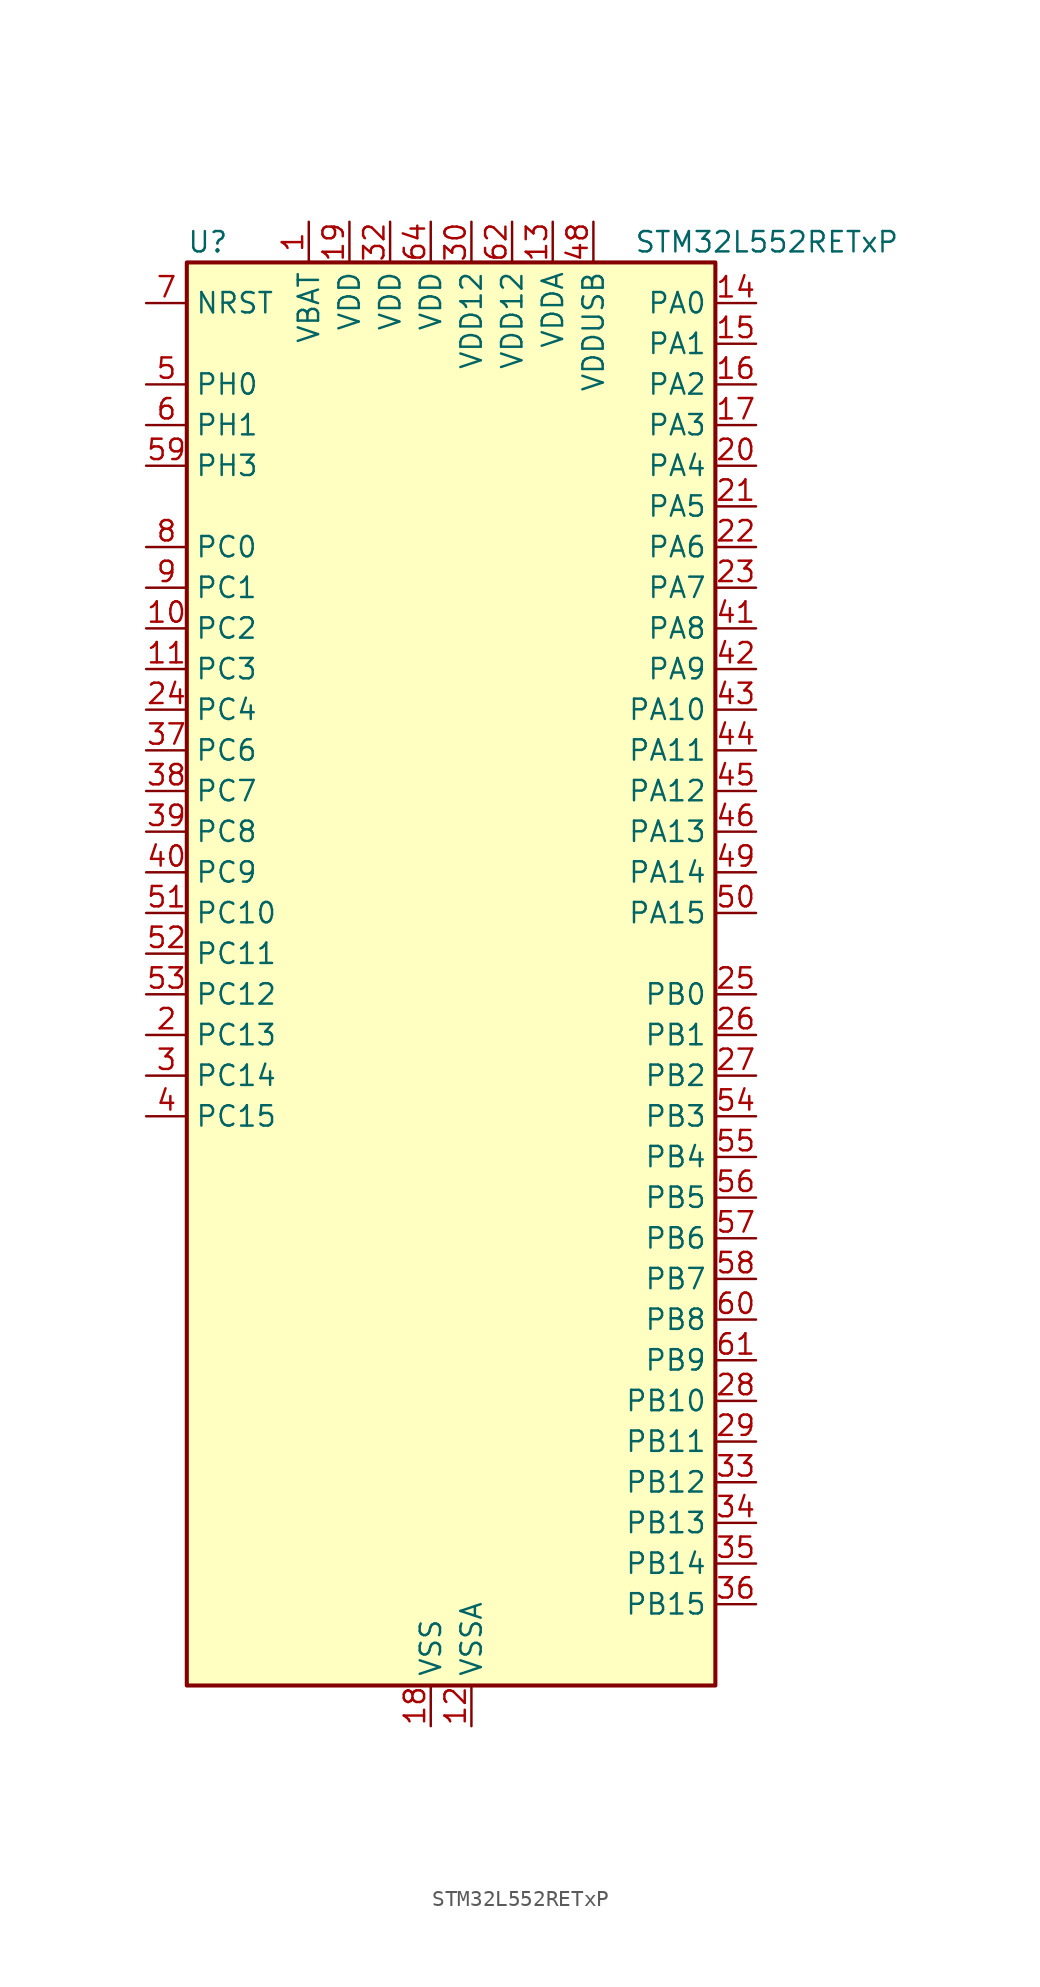
<source format=kicad_sym>
(kicad_symbol_lib
  (version 20231120)
  (generator "kicad_symbol_editor")
  (generator_version "8.0")
  (symbol "STM32L552RETxP"
    (property "Reference" "U"
      (at -15.24 46.99 0)
      (effects (font (size 1.27 1.27)) (justify left)))
    (property "Value" "STM32L552RETxP"
      (at 12.7 46.99 0)
      (effects (font (size 1.27 1.27)) (justify left)))
    (property "ki_locked" ""
      (at 0 0 0)
      (effects (font (size 1.27 1.27))))
    (symbol "STM32L552RETxP_0_1"
      (rectangle (start -15.24 -43.18) (end 17.78 45.72) (stroke (width 0.254) (type default)) (fill (type background))))
    (symbol "STM32L552RETxP_1_1"
      (pin power_in line (at -7.62 48.26 270) (length 2.54) (name "VBAT" (effects (font (size 1.27 1.27)))) (number "1" (effects (font (size 1.27 1.27)))))
      (pin bidirectional line (at -17.78 22.86 0) (length 2.54) (name "PC2" (effects (font (size 1.27 1.27)))) (number "10" (effects (font (size 1.27 1.27)))) (alternate "ADC1_IN3" bidirectional line) (alternate "ADC2_IN3" bidirectional line) (alternate "DFSDM1_CKOUT" bidirectional line) (alternate "LPTIM1_IN2" bidirectional line) (alternate "OCTOSPI1_IO5" bidirectional line) (alternate "SPI2_MISO" bidirectional line))
      (pin bidirectional line (at -17.78 20.32 0) (length 2.54) (name "PC3" (effects (font (size 1.27 1.27)))) (number "11" (effects (font (size 1.27 1.27)))) (alternate "ADC1_IN4" bidirectional line) (alternate "ADC2_IN4" bidirectional line) (alternate "LPTIM1_ETR" bidirectional line) (alternate "LPTIM2_ETR" bidirectional line) (alternate "LPTIM3_OUT" bidirectional line) (alternate "OCTOSPI1_IO6" bidirectional line) (alternate "SAI1_D1" bidirectional line) (alternate "SAI1_SD_A" bidirectional line) (alternate "SPI2_MOSI" bidirectional line))
      (pin power_in line (at 2.54 -45.72 90) (length 2.54) (name "VSSA" (effects (font (size 1.27 1.27)))) (number "12" (effects (font (size 1.27 1.27)))))
      (pin power_in line (at 7.62 48.26 270) (length 2.54) (name "VDDA" (effects (font (size 1.27 1.27)))) (number "13" (effects (font (size 1.27 1.27)))) (alternate "VREFBUF_OUT" bidirectional line))
      (pin bidirectional line (at 20.32 43.18 180) (length 2.54) (name "PA0" (effects (font (size 1.27 1.27)))) (number "14" (effects (font (size 1.27 1.27)))) (alternate "ADC1_IN5" bidirectional line) (alternate "ADC2_IN5" bidirectional line) (alternate "OPAMP1_VINP" bidirectional line) (alternate "PWR_WKUP1" bidirectional line) (alternate "SAI1_EXTCLK" bidirectional line) (alternate "TAMP_IN2" bidirectional line) (alternate "TAMP_OUT1" bidirectional line) (alternate "TIM2_CH1" bidirectional line) (alternate "TIM2_ETR" bidirectional line) (alternate "TIM5_CH1" bidirectional line) (alternate "TIM8_ETR" bidirectional line) (alternate "UART4_TX" bidirectional line) (alternate "USART2_CTS" bidirectional line) (alternate "USART2_NSS" bidirectional line))
      (pin bidirectional line (at 20.32 40.64 180) (length 2.54) (name "PA1" (effects (font (size 1.27 1.27)))) (number "15" (effects (font (size 1.27 1.27)))) (alternate "ADC1_IN6" bidirectional line) (alternate "ADC2_IN6" bidirectional line) (alternate "I2C1_SMBA" bidirectional line) (alternate "OCTOSPI1_DQS" bidirectional line) (alternate "OPAMP1_VINM" bidirectional line) (alternate "SPI1_SCK" bidirectional line) (alternate "TAMP_IN5" bidirectional line) (alternate "TAMP_OUT4" bidirectional line) (alternate "TIM15_CH1N" bidirectional line) (alternate "TIM2_CH2" bidirectional line) (alternate "TIM5_CH2" bidirectional line) (alternate "UART4_RX" bidirectional line) (alternate "USART2_DE" bidirectional line) (alternate "USART2_RTS" bidirectional line))
      (pin bidirectional line (at 20.32 38.1 180) (length 2.54) (name "PA2" (effects (font (size 1.27 1.27)))) (number "16" (effects (font (size 1.27 1.27)))) (alternate "ADC1_IN7" bidirectional line) (alternate "ADC2_IN7" bidirectional line) (alternate "COMP1_INP" bidirectional line) (alternate "LPUART1_TX" bidirectional line) (alternate "OCTOSPI1_NCS" bidirectional line) (alternate "PWR_WKUP4" bidirectional line) (alternate "RCC_LSCO" bidirectional line) (alternate "SAI2_EXTCLK" bidirectional line) (alternate "TIM15_CH1" bidirectional line) (alternate "TIM2_CH3" bidirectional line) (alternate "TIM5_CH3" bidirectional line) (alternate "UCPD1_FRSTX1" bidirectional line) (alternate "USART2_TX" bidirectional line))
      (pin bidirectional line (at 20.32 35.56 180) (length 2.54) (name "PA3" (effects (font (size 1.27 1.27)))) (number "17" (effects (font (size 1.27 1.27)))) (alternate "ADC1_IN8" bidirectional line) (alternate "ADC2_IN8" bidirectional line) (alternate "LPUART1_RX" bidirectional line) (alternate "OCTOSPI1_CLK" bidirectional line) (alternate "OPAMP1_VOUT" bidirectional line) (alternate "SAI1_CK1" bidirectional line) (alternate "SAI1_MCLK_A" bidirectional line) (alternate "TIM15_CH2" bidirectional line) (alternate "TIM2_CH4" bidirectional line) (alternate "TIM5_CH4" bidirectional line) (alternate "USART2_RX" bidirectional line))
      (pin power_in line (at 0 -45.72 90) (length 2.54) (name "VSS" (effects (font (size 1.27 1.27)))) (number "18" (effects (font (size 1.27 1.27)))))
      (pin power_in line (at -5.08 48.26 270) (length 2.54) (name "VDD" (effects (font (size 1.27 1.27)))) (number "19" (effects (font (size 1.27 1.27)))))
      (pin bidirectional line (at -17.78 -2.54 0) (length 2.54) (name "PC13" (effects (font (size 1.27 1.27)))) (number "2" (effects (font (size 1.27 1.27)))) (alternate "PWR_WKUP2" bidirectional line) (alternate "RTC_OUT1" bidirectional line) (alternate "RTC_TS" bidirectional line) (alternate "TAMP_IN1" bidirectional line) (alternate "TAMP_OUT2" bidirectional line))
      (pin bidirectional line (at 20.32 33.02 180) (length 2.54) (name "PA4" (effects (font (size 1.27 1.27)))) (number "20" (effects (font (size 1.27 1.27)))) (alternate "ADC1_IN9" bidirectional line) (alternate "ADC2_IN9" bidirectional line) (alternate "DAC1_OUT1" bidirectional line) (alternate "LPTIM2_OUT" bidirectional line) (alternate "OCTOSPI1_NCS" bidirectional line) (alternate "SAI1_FS_B" bidirectional line) (alternate "SPI1_NSS" bidirectional line) (alternate "SPI3_NSS" bidirectional line) (alternate "USART2_CK" bidirectional line))
      (pin bidirectional line (at 20.32 30.48 180) (length 2.54) (name "PA5" (effects (font (size 1.27 1.27)))) (number "21" (effects (font (size 1.27 1.27)))) (alternate "ADC1_IN10" bidirectional line) (alternate "ADC2_IN10" bidirectional line) (alternate "DAC1_OUT2" bidirectional line) (alternate "LPTIM2_ETR" bidirectional line) (alternate "SPI1_SCK" bidirectional line) (alternate "TIM2_CH1" bidirectional line) (alternate "TIM2_ETR" bidirectional line) (alternate "TIM8_CH1N" bidirectional line))
      (pin bidirectional line (at 20.32 27.94 180) (length 2.54) (name "PA6" (effects (font (size 1.27 1.27)))) (number "22" (effects (font (size 1.27 1.27)))) (alternate "ADC1_IN11" bidirectional line) (alternate "ADC2_IN11" bidirectional line) (alternate "LPUART1_CTS" bidirectional line) (alternate "OCTOSPI1_IO3" bidirectional line) (alternate "OPAMP2_VINP" bidirectional line) (alternate "SPI1_MISO" bidirectional line) (alternate "TIM16_CH1" bidirectional line) (alternate "TIM1_BKIN" bidirectional line) (alternate "TIM3_CH1" bidirectional line) (alternate "TIM8_BKIN" bidirectional line) (alternate "USART3_CTS" bidirectional line) (alternate "USART3_NSS" bidirectional line))
      (pin bidirectional line (at 20.32 25.4 180) (length 2.54) (name "PA7" (effects (font (size 1.27 1.27)))) (number "23" (effects (font (size 1.27 1.27)))) (alternate "ADC1_IN12" bidirectional line) (alternate "ADC2_IN12" bidirectional line) (alternate "I2C3_SCL" bidirectional line) (alternate "OCTOSPI1_IO2" bidirectional line) (alternate "OPAMP2_VINM" bidirectional line) (alternate "SPI1_MOSI" bidirectional line) (alternate "TIM17_CH1" bidirectional line) (alternate "TIM1_CH1N" bidirectional line) (alternate "TIM3_CH2" bidirectional line) (alternate "TIM8_CH1N" bidirectional line))
      (pin bidirectional line (at -17.78 17.78 0) (length 2.54) (name "PC4" (effects (font (size 1.27 1.27)))) (number "24" (effects (font (size 1.27 1.27)))) (alternate "ADC1_IN13" bidirectional line) (alternate "ADC2_IN13" bidirectional line) (alternate "COMP1_INM" bidirectional line) (alternate "OCTOSPI1_IO7" bidirectional line) (alternate "USART3_TX" bidirectional line))
      (pin bidirectional line (at 20.32 0 180) (length 2.54) (name "PB0" (effects (font (size 1.27 1.27)))) (number "25" (effects (font (size 1.27 1.27)))) (alternate "ADC1_IN15" bidirectional line) (alternate "ADC2_IN15" bidirectional line) (alternate "COMP1_OUT" bidirectional line) (alternate "OCTOSPI1_IO1" bidirectional line) (alternate "OPAMP2_VOUT" bidirectional line) (alternate "SAI1_EXTCLK" bidirectional line) (alternate "SPI1_NSS" bidirectional line) (alternate "TIM1_CH2N" bidirectional line) (alternate "TIM3_CH3" bidirectional line) (alternate "TIM8_CH2N" bidirectional line) (alternate "USART3_CK" bidirectional line))
      (pin bidirectional line (at 20.32 -2.54 180) (length 2.54) (name "PB1" (effects (font (size 1.27 1.27)))) (number "26" (effects (font (size 1.27 1.27)))) (alternate "ADC1_IN16" bidirectional line) (alternate "ADC2_IN16" bidirectional line) (alternate "COMP1_INM" bidirectional line) (alternate "DFSDM1_DATIN0" bidirectional line) (alternate "LPTIM2_IN1" bidirectional line) (alternate "LPUART1_DE" bidirectional line) (alternate "LPUART1_RTS" bidirectional line) (alternate "OCTOSPI1_IO0" bidirectional line) (alternate "TIM1_CH3N" bidirectional line) (alternate "TIM3_CH4" bidirectional line) (alternate "TIM8_CH3N" bidirectional line) (alternate "USART3_DE" bidirectional line) (alternate "USART3_RTS" bidirectional line))
      (pin bidirectional line (at 20.32 -5.08 180) (length 2.54) (name "PB2" (effects (font (size 1.27 1.27)))) (number "27" (effects (font (size 1.27 1.27)))) (alternate "COMP1_INP" bidirectional line) (alternate "DFSDM1_CKIN0" bidirectional line) (alternate "I2C3_SMBA" bidirectional line) (alternate "LPTIM1_OUT" bidirectional line) (alternate "OCTOSPI1_DQS" bidirectional line) (alternate "RTC_OUT2" bidirectional line) (alternate "UCPD1_FRSTX1" bidirectional line))
      (pin bidirectional line (at 20.32 -25.4 180) (length 2.54) (name "PB10" (effects (font (size 1.27 1.27)))) (number "28" (effects (font (size 1.27 1.27)))) (alternate "COMP1_OUT" bidirectional line) (alternate "I2C2_SCL" bidirectional line) (alternate "I2C4_SCL" bidirectional line) (alternate "LPTIM3_OUT" bidirectional line) (alternate "LPUART1_RX" bidirectional line) (alternate "OCTOSPI1_CLK" bidirectional line) (alternate "SAI1_SCK_A" bidirectional line) (alternate "SPI2_SCK" bidirectional line) (alternate "TIM2_CH3" bidirectional line) (alternate "TSC_SYNC" bidirectional line) (alternate "USART3_TX" bidirectional line))
      (pin bidirectional line (at 20.32 -27.94 180) (length 2.54) (name "PB11" (effects (font (size 1.27 1.27)))) (number "29" (effects (font (size 1.27 1.27)))) (alternate "ADC1_EXTI11" bidirectional line) (alternate "ADC2_EXTI11" bidirectional line) (alternate "COMP2_OUT" bidirectional line) (alternate "I2C2_SDA" bidirectional line) (alternate "I2C4_SDA" bidirectional line) (alternate "LPUART1_TX" bidirectional line) (alternate "OCTOSPI1_NCS" bidirectional line) (alternate "TIM2_CH4" bidirectional line) (alternate "USART3_RX" bidirectional line))
      (pin bidirectional line (at -17.78 -5.08 0) (length 2.54) (name "PC14" (effects (font (size 1.27 1.27)))) (number "3" (effects (font (size 1.27 1.27)))) (alternate "RCC_OSC32_IN" bidirectional line))
      (pin power_in line (at 2.54 48.26 270) (length 2.54) (name "VDD12" (effects (font (size 1.27 1.27)))) (number "30" (effects (font (size 1.27 1.27)))))
      (pin passive line (at 0 -45.72 90) (length 2.54) hide (name "VSS" (effects (font (size 1.27 1.27)))) (number "31" (effects (font (size 1.27 1.27)))))
      (pin power_in line (at -2.54 48.26 270) (length 2.54) (name "VDD" (effects (font (size 1.27 1.27)))) (number "32" (effects (font (size 1.27 1.27)))))
      (pin bidirectional line (at 20.32 -30.48 180) (length 2.54) (name "PB12" (effects (font (size 1.27 1.27)))) (number "33" (effects (font (size 1.27 1.27)))) (alternate "DFSDM1_DATIN1" bidirectional line) (alternate "I2C2_SMBA" bidirectional line) (alternate "LPUART1_DE" bidirectional line) (alternate "LPUART1_RTS" bidirectional line) (alternate "OCTOSPI1_NCLK" bidirectional line) (alternate "SAI2_FS_A" bidirectional line) (alternate "SPI2_NSS" bidirectional line) (alternate "TIM15_BKIN" bidirectional line) (alternate "TIM1_BKIN" bidirectional line) (alternate "TSC_G1_IO1" bidirectional line) (alternate "USART3_CK" bidirectional line))
      (pin bidirectional line (at 20.32 -33.02 180) (length 2.54) (name "PB13" (effects (font (size 1.27 1.27)))) (number "34" (effects (font (size 1.27 1.27)))) (alternate "DFSDM1_CKIN1" bidirectional line) (alternate "I2C2_SCL" bidirectional line) (alternate "LPTIM3_IN1" bidirectional line) (alternate "LPUART1_CTS" bidirectional line) (alternate "SAI2_SCK_A" bidirectional line) (alternate "SPI2_SCK" bidirectional line) (alternate "TIM15_CH1N" bidirectional line) (alternate "TIM1_CH1N" bidirectional line) (alternate "TSC_G1_IO2" bidirectional line) (alternate "UCPD1_FRSTX2" bidirectional line) (alternate "USART3_CTS" bidirectional line) (alternate "USART3_NSS" bidirectional line))
      (pin bidirectional line (at 20.32 -35.56 180) (length 2.54) (name "PB14" (effects (font (size 1.27 1.27)))) (number "35" (effects (font (size 1.27 1.27)))) (alternate "DFSDM1_DATIN2" bidirectional line) (alternate "I2C2_SDA" bidirectional line) (alternate "LPTIM3_ETR" bidirectional line) (alternate "SAI2_MCLK_A" bidirectional line) (alternate "SPI2_MISO" bidirectional line) (alternate "TIM15_CH1" bidirectional line) (alternate "TIM1_CH2N" bidirectional line) (alternate "TIM8_CH2N" bidirectional line) (alternate "TSC_G1_IO3" bidirectional line) (alternate "UCPD1_DBCC2" bidirectional line) (alternate "USART3_DE" bidirectional line) (alternate "USART3_RTS" bidirectional line))
      (pin bidirectional line (at 20.32 -38.1 180) (length 2.54) (name "PB15" (effects (font (size 1.27 1.27)))) (number "36" (effects (font (size 1.27 1.27)))) (alternate "ADC1_EXTI15" bidirectional line) (alternate "ADC2_EXTI15" bidirectional line) (alternate "DFSDM1_CKIN2" bidirectional line) (alternate "RTC_REFIN" bidirectional line) (alternate "SAI2_SD_A" bidirectional line) (alternate "SPI2_MOSI" bidirectional line) (alternate "TIM15_CH2" bidirectional line) (alternate "TIM1_CH3N" bidirectional line) (alternate "TIM8_CH3N" bidirectional line) (alternate "UCPD1_CC2" bidirectional line))
      (pin bidirectional line (at -17.78 15.24 0) (length 2.54) (name "PC6" (effects (font (size 1.27 1.27)))) (number "37" (effects (font (size 1.27 1.27)))) (alternate "DFSDM1_CKIN3" bidirectional line) (alternate "SAI2_MCLK_A" bidirectional line) (alternate "TIM3_CH1" bidirectional line) (alternate "TIM8_CH1" bidirectional line) (alternate "TSC_G4_IO1" bidirectional line))
      (pin bidirectional line (at -17.78 12.7 0) (length 2.54) (name "PC7" (effects (font (size 1.27 1.27)))) (number "38" (effects (font (size 1.27 1.27)))) (alternate "DFSDM1_DATIN3" bidirectional line) (alternate "SAI2_MCLK_B" bidirectional line) (alternate "TIM3_CH2" bidirectional line) (alternate "TIM8_CH2" bidirectional line) (alternate "TSC_G4_IO2" bidirectional line))
      (pin bidirectional line (at -17.78 10.16 0) (length 2.54) (name "PC8" (effects (font (size 1.27 1.27)))) (number "39" (effects (font (size 1.27 1.27)))) (alternate "TIM3_CH3" bidirectional line) (alternate "TIM8_CH3" bidirectional line) (alternate "TSC_G4_IO3" bidirectional line))
      (pin bidirectional line (at -17.78 -7.62 0) (length 2.54) (name "PC15" (effects (font (size 1.27 1.27)))) (number "4" (effects (font (size 1.27 1.27)))) (alternate "ADC1_EXTI15" bidirectional line) (alternate "ADC2_EXTI15" bidirectional line) (alternate "RCC_OSC32_OUT" bidirectional line))
      (pin bidirectional line (at -17.78 7.62 0) (length 2.54) (name "PC9" (effects (font (size 1.27 1.27)))) (number "40" (effects (font (size 1.27 1.27)))) (alternate "DAC1_EXTI9" bidirectional line) (alternate "DEBUG_TRACED0" bidirectional line) (alternate "SAI2_EXTCLK" bidirectional line) (alternate "TIM3_CH4" bidirectional line) (alternate "TIM8_BKIN2" bidirectional line) (alternate "TIM8_CH4" bidirectional line) (alternate "TSC_G4_IO4" bidirectional line) (alternate "USB_NOE" bidirectional line))
      (pin bidirectional line (at 20.32 22.86 180) (length 2.54) (name "PA8" (effects (font (size 1.27 1.27)))) (number "41" (effects (font (size 1.27 1.27)))) (alternate "LPTIM2_OUT" bidirectional line) (alternate "RCC_MCO" bidirectional line) (alternate "SAI1_CK2" bidirectional line) (alternate "SAI1_SCK_A" bidirectional line) (alternate "TIM1_CH1" bidirectional line) (alternate "USART1_CK" bidirectional line))
      (pin bidirectional line (at 20.32 20.32 180) (length 2.54) (name "PA9" (effects (font (size 1.27 1.27)))) (number "42" (effects (font (size 1.27 1.27)))) (alternate "DAC1_EXTI9" bidirectional line) (alternate "SAI1_FS_A" bidirectional line) (alternate "SPI2_SCK" bidirectional line) (alternate "TIM15_BKIN" bidirectional line) (alternate "TIM1_CH2" bidirectional line) (alternate "USART1_TX" bidirectional line))
      (pin bidirectional line (at 20.32 17.78 180) (length 2.54) (name "PA10" (effects (font (size 1.27 1.27)))) (number "43" (effects (font (size 1.27 1.27)))) (alternate "CRS_SYNC" bidirectional line) (alternate "SAI1_D1" bidirectional line) (alternate "SAI1_SD_A" bidirectional line) (alternate "TIM17_BKIN" bidirectional line) (alternate "TIM1_CH3" bidirectional line) (alternate "USART1_RX" bidirectional line))
      (pin bidirectional line (at 20.32 15.24 180) (length 2.54) (name "PA11" (effects (font (size 1.27 1.27)))) (number "44" (effects (font (size 1.27 1.27)))) (alternate "ADC1_EXTI11" bidirectional line) (alternate "ADC2_EXTI11" bidirectional line) (alternate "FDCAN1_RX" bidirectional line) (alternate "SPI1_MISO" bidirectional line) (alternate "TIM1_BKIN2" bidirectional line) (alternate "TIM1_CH4" bidirectional line) (alternate "USART1_CTS" bidirectional line) (alternate "USART1_NSS" bidirectional line) (alternate "USB_DM" bidirectional line))
      (pin bidirectional line (at 20.32 12.7 180) (length 2.54) (name "PA12" (effects (font (size 1.27 1.27)))) (number "45" (effects (font (size 1.27 1.27)))) (alternate "FDCAN1_TX" bidirectional line) (alternate "SPI1_MOSI" bidirectional line) (alternate "TIM1_ETR" bidirectional line) (alternate "USART1_DE" bidirectional line) (alternate "USART1_RTS" bidirectional line) (alternate "USB_DP" bidirectional line))
      (pin bidirectional line (at 20.32 10.16 180) (length 2.54) (name "PA13" (effects (font (size 1.27 1.27)))) (number "46" (effects (font (size 1.27 1.27)))) (alternate "DEBUG_JTMS-SWDIO" bidirectional line) (alternate "IR_OUT" bidirectional line) (alternate "SAI1_SD_B" bidirectional line) (alternate "USB_NOE" bidirectional line))
      (pin passive line (at 0 -45.72 90) (length 2.54) hide (name "VSS" (effects (font (size 1.27 1.27)))) (number "47" (effects (font (size 1.27 1.27)))))
      (pin power_in line (at 10.16 48.26 270) (length 2.54) (name "VDDUSB" (effects (font (size 1.27 1.27)))) (number "48" (effects (font (size 1.27 1.27)))))
      (pin bidirectional line (at 20.32 7.62 180) (length 2.54) (name "PA14" (effects (font (size 1.27 1.27)))) (number "49" (effects (font (size 1.27 1.27)))) (alternate "DEBUG_JTCK-SWCLK" bidirectional line) (alternate "I2C1_SMBA" bidirectional line) (alternate "I2C4_SMBA" bidirectional line) (alternate "LPTIM1_OUT" bidirectional line) (alternate "SAI1_FS_B" bidirectional line))
      (pin bidirectional line (at -17.78 38.1 0) (length 2.54) (name "PH0" (effects (font (size 1.27 1.27)))) (number "5" (effects (font (size 1.27 1.27)))) (alternate "RCC_OSC_IN" bidirectional line))
      (pin bidirectional line (at 20.32 5.08 180) (length 2.54) (name "PA15" (effects (font (size 1.27 1.27)))) (number "50" (effects (font (size 1.27 1.27)))) (alternate "ADC1_EXTI15" bidirectional line) (alternate "ADC2_EXTI15" bidirectional line) (alternate "DEBUG_JTDI" bidirectional line) (alternate "SAI2_FS_B" bidirectional line) (alternate "SPI1_NSS" bidirectional line) (alternate "SPI3_NSS" bidirectional line) (alternate "TIM2_CH1" bidirectional line) (alternate "TIM2_ETR" bidirectional line) (alternate "UART4_DE" bidirectional line) (alternate "UART4_RTS" bidirectional line) (alternate "UCPD1_CC1" bidirectional line) (alternate "USART2_RX" bidirectional line) (alternate "USART3_DE" bidirectional line) (alternate "USART3_RTS" bidirectional line))
      (pin bidirectional line (at -17.78 5.08 0) (length 2.54) (name "PC10" (effects (font (size 1.27 1.27)))) (number "51" (effects (font (size 1.27 1.27)))) (alternate "DEBUG_TRACED1" bidirectional line) (alternate "LPTIM3_ETR" bidirectional line) (alternate "SAI2_SCK_B" bidirectional line) (alternate "SPI3_SCK" bidirectional line) (alternate "TSC_G3_IO2" bidirectional line) (alternate "UART4_TX" bidirectional line) (alternate "USART3_TX" bidirectional line))
      (pin bidirectional line (at -17.78 2.54 0) (length 2.54) (name "PC11" (effects (font (size 1.27 1.27)))) (number "52" (effects (font (size 1.27 1.27)))) (alternate "ADC1_EXTI11" bidirectional line) (alternate "ADC2_EXTI11" bidirectional line) (alternate "LPTIM3_IN1" bidirectional line) (alternate "OCTOSPI1_NCS" bidirectional line) (alternate "SAI2_MCLK_B" bidirectional line) (alternate "SPI3_MISO" bidirectional line) (alternate "TSC_G3_IO3" bidirectional line) (alternate "UART4_RX" bidirectional line) (alternate "UCPD1_FRSTX2" bidirectional line) (alternate "USART3_RX" bidirectional line))
      (pin bidirectional line (at -17.78 0 0) (length 2.54) (name "PC12" (effects (font (size 1.27 1.27)))) (number "53" (effects (font (size 1.27 1.27)))) (alternate "DEBUG_TRACED3" bidirectional line) (alternate "SAI2_SD_B" bidirectional line) (alternate "SPI3_MOSI" bidirectional line) (alternate "TSC_G3_IO4" bidirectional line) (alternate "UART5_TX" bidirectional line) (alternate "USART3_CK" bidirectional line))
      (pin bidirectional line (at 20.32 -7.62 180) (length 2.54) (name "PB3" (effects (font (size 1.27 1.27)))) (number "54" (effects (font (size 1.27 1.27)))) (alternate "COMP2_INM" bidirectional line) (alternate "CRS_SYNC" bidirectional line) (alternate "DEBUG_JTDO-SWO" bidirectional line) (alternate "SAI1_SCK_B" bidirectional line) (alternate "SPI1_SCK" bidirectional line) (alternate "SPI3_SCK" bidirectional line) (alternate "TIM2_CH2" bidirectional line) (alternate "USART1_DE" bidirectional line) (alternate "USART1_RTS" bidirectional line))
      (pin bidirectional line (at 20.32 -10.16 180) (length 2.54) (name "PB4" (effects (font (size 1.27 1.27)))) (number "55" (effects (font (size 1.27 1.27)))) (alternate "COMP2_INP" bidirectional line) (alternate "DEBUG_JTRST" bidirectional line) (alternate "I2C3_SDA" bidirectional line) (alternate "SAI1_MCLK_B" bidirectional line) (alternate "SPI1_MISO" bidirectional line) (alternate "SPI3_MISO" bidirectional line) (alternate "TIM17_BKIN" bidirectional line) (alternate "TIM3_CH1" bidirectional line) (alternate "TSC_G2_IO1" bidirectional line) (alternate "UART5_DE" bidirectional line) (alternate "UART5_RTS" bidirectional line) (alternate "USART1_CTS" bidirectional line) (alternate "USART1_NSS" bidirectional line))
      (pin bidirectional line (at 20.32 -12.7 180) (length 2.54) (name "PB5" (effects (font (size 1.27 1.27)))) (number "56" (effects (font (size 1.27 1.27)))) (alternate "COMP2_OUT" bidirectional line) (alternate "I2C1_SMBA" bidirectional line) (alternate "LPTIM1_IN1" bidirectional line) (alternate "OCTOSPI1_NCLK" bidirectional line) (alternate "SAI1_SD_B" bidirectional line) (alternate "SPI1_MOSI" bidirectional line) (alternate "SPI3_MOSI" bidirectional line) (alternate "TIM16_BKIN" bidirectional line) (alternate "TIM3_CH2" bidirectional line) (alternate "TSC_G2_IO2" bidirectional line) (alternate "UART5_CTS" bidirectional line) (alternate "UCPD1_DBCC1" bidirectional line) (alternate "USART1_CK" bidirectional line))
      (pin bidirectional line (at 20.32 -15.24 180) (length 2.54) (name "PB6" (effects (font (size 1.27 1.27)))) (number "57" (effects (font (size 1.27 1.27)))) (alternate "COMP2_INP" bidirectional line) (alternate "I2C1_SCL" bidirectional line) (alternate "I2C4_SCL" bidirectional line) (alternate "LPTIM1_ETR" bidirectional line) (alternate "SAI1_FS_B" bidirectional line) (alternate "TIM16_CH1N" bidirectional line) (alternate "TIM4_CH1" bidirectional line) (alternate "TIM8_BKIN2" bidirectional line) (alternate "TSC_G2_IO3" bidirectional line) (alternate "USART1_TX" bidirectional line))
      (pin bidirectional line (at 20.32 -17.78 180) (length 2.54) (name "PB7" (effects (font (size 1.27 1.27)))) (number "58" (effects (font (size 1.27 1.27)))) (alternate "COMP2_INM" bidirectional line) (alternate "I2C1_SDA" bidirectional line) (alternate "I2C4_SDA" bidirectional line) (alternate "LPTIM1_IN2" bidirectional line) (alternate "PWR_PVD_IN" bidirectional line) (alternate "TIM17_CH1N" bidirectional line) (alternate "TIM4_CH2" bidirectional line) (alternate "TIM8_BKIN" bidirectional line) (alternate "TSC_G2_IO4" bidirectional line) (alternate "UART4_CTS" bidirectional line) (alternate "USART1_RX" bidirectional line))
      (pin bidirectional line (at -17.78 33.02 0) (length 2.54) (name "PH3" (effects (font (size 1.27 1.27)))) (number "59" (effects (font (size 1.27 1.27)))))
      (pin bidirectional line (at -17.78 35.56 0) (length 2.54) (name "PH1" (effects (font (size 1.27 1.27)))) (number "6" (effects (font (size 1.27 1.27)))) (alternate "RCC_OSC_OUT" bidirectional line))
      (pin bidirectional line (at 20.32 -20.32 180) (length 2.54) (name "PB8" (effects (font (size 1.27 1.27)))) (number "60" (effects (font (size 1.27 1.27)))) (alternate "DFSDM1_CKOUT" bidirectional line) (alternate "FDCAN1_RX" bidirectional line) (alternate "I2C1_SCL" bidirectional line) (alternate "SAI1_CK1" bidirectional line) (alternate "SAI1_MCLK_A" bidirectional line) (alternate "TIM16_CH1" bidirectional line) (alternate "TIM4_CH3" bidirectional line))
      (pin bidirectional line (at 20.32 -22.86 180) (length 2.54) (name "PB9" (effects (font (size 1.27 1.27)))) (number "61" (effects (font (size 1.27 1.27)))) (alternate "DAC1_EXTI9" bidirectional line) (alternate "FDCAN1_TX" bidirectional line) (alternate "I2C1_SDA" bidirectional line) (alternate "IR_OUT" bidirectional line) (alternate "SAI1_D2" bidirectional line) (alternate "SAI1_FS_A" bidirectional line) (alternate "SPI2_NSS" bidirectional line) (alternate "TIM17_CH1" bidirectional line) (alternate "TIM4_CH4" bidirectional line))
      (pin power_in line (at 5.08 48.26 270) (length 2.54) (name "VDD12" (effects (font (size 1.27 1.27)))) (number "62" (effects (font (size 1.27 1.27)))))
      (pin passive line (at 0 -45.72 90) (length 2.54) hide (name "VSS" (effects (font (size 1.27 1.27)))) (number "63" (effects (font (size 1.27 1.27)))))
      (pin power_in line (at 0 48.26 270) (length 2.54) (name "VDD" (effects (font (size 1.27 1.27)))) (number "64" (effects (font (size 1.27 1.27)))))
      (pin input line (at -17.78 43.18 0) (length 2.54) (name "NRST" (effects (font (size 1.27 1.27)))) (number "7" (effects (font (size 1.27 1.27)))))
      (pin bidirectional line (at -17.78 27.94 0) (length 2.54) (name "PC0" (effects (font (size 1.27 1.27)))) (number "8" (effects (font (size 1.27 1.27)))) (alternate "ADC1_IN1" bidirectional line) (alternate "ADC2_IN1" bidirectional line) (alternate "I2C3_SCL" bidirectional line) (alternate "LPTIM1_IN1" bidirectional line) (alternate "LPTIM2_IN1" bidirectional line) (alternate "LPUART1_RX" bidirectional line) (alternate "OCTOSPI1_IO7" bidirectional line) (alternate "SAI2_FS_A" bidirectional line))
      (pin bidirectional line (at -17.78 25.4 0) (length 2.54) (name "PC1" (effects (font (size 1.27 1.27)))) (number "9" (effects (font (size 1.27 1.27)))) (alternate "ADC1_IN2" bidirectional line) (alternate "ADC2_IN2" bidirectional line) (alternate "DEBUG_TRACED0" bidirectional line) (alternate "I2C3_SDA" bidirectional line) (alternate "LPTIM1_OUT" bidirectional line) (alternate "LPUART1_TX" bidirectional line) (alternate "OCTOSPI1_IO4" bidirectional line) (alternate "SAI1_SD_A" bidirectional line) (alternate "SPI2_MOSI" bidirectional line)))))
</source>
